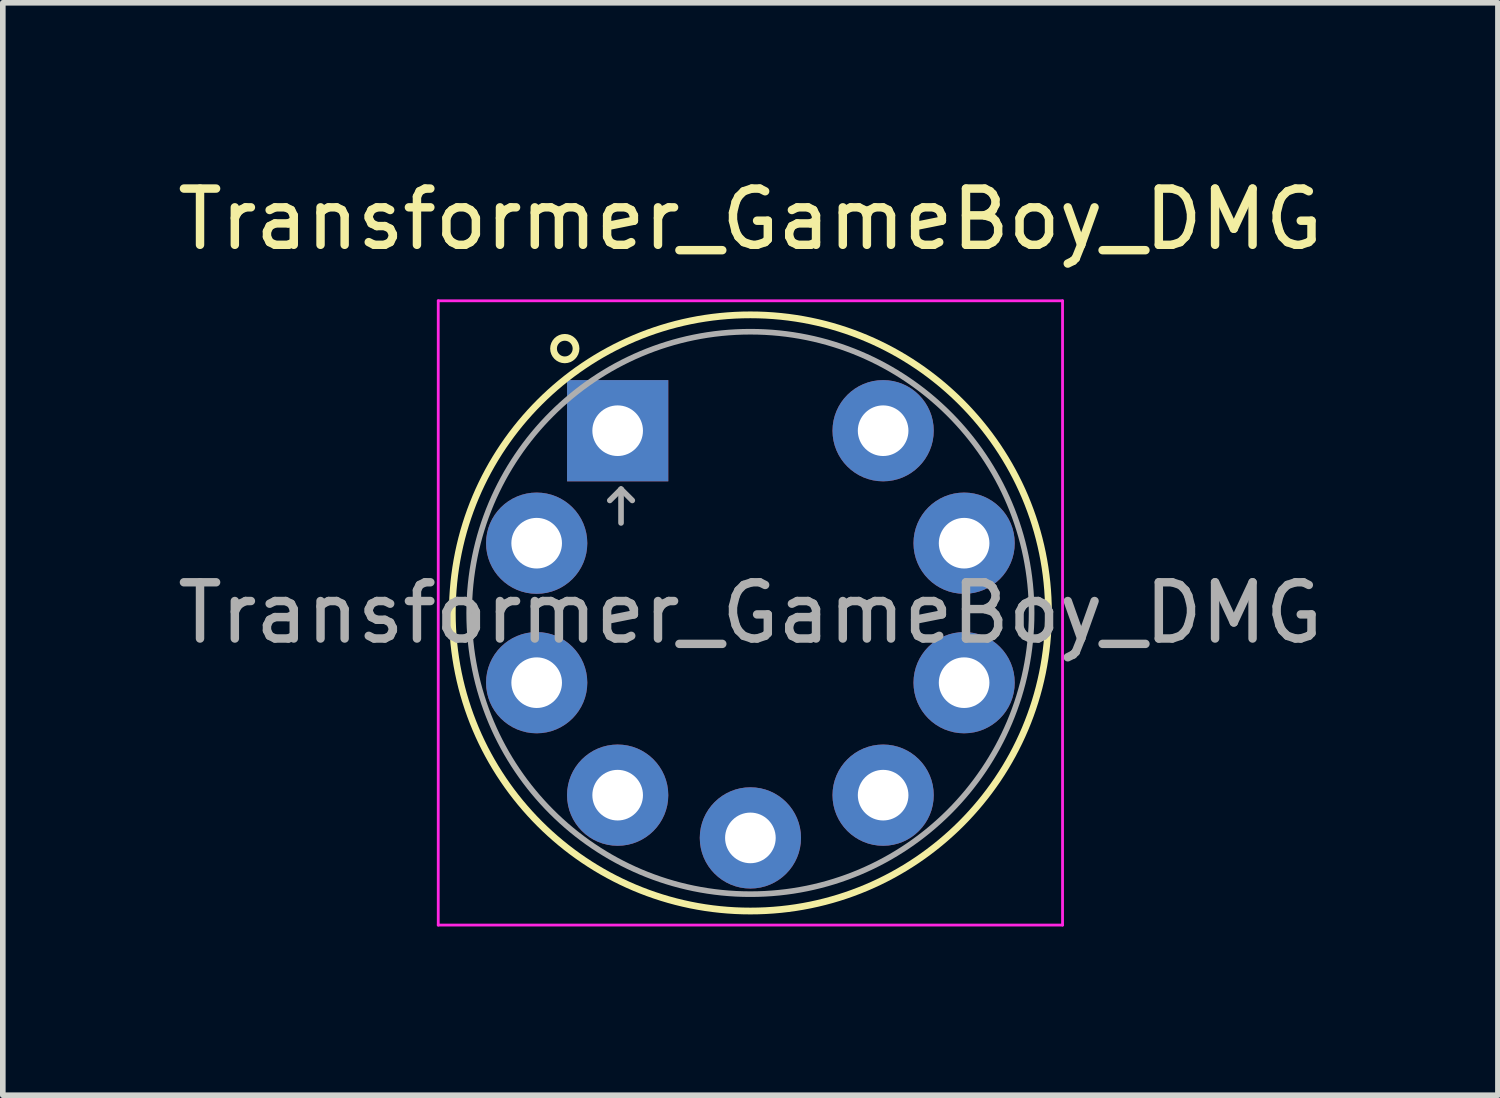
<source format=kicad_pcb>
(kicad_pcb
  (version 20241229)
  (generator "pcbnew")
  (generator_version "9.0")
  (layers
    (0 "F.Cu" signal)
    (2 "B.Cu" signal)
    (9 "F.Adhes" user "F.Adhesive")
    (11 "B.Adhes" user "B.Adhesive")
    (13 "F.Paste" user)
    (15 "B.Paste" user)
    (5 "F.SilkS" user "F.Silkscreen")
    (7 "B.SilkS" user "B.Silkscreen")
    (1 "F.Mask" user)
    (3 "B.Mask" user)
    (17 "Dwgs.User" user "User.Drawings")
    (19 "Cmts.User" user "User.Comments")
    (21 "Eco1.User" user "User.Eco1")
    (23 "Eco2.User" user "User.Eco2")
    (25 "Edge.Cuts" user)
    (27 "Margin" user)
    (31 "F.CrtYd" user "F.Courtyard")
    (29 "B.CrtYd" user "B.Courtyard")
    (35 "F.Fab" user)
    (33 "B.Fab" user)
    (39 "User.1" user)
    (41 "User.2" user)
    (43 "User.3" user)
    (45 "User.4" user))
  (footprint "Transformer_GameBoy_DMG"
    (layer "F.Cu")
    (at 7.932 4.608)
    (property "Reference" "Transformer_GameBoy_DMG" (at 2.36 -3.76 0) (layer "F.SilkS") (effects (font (size 1 1) (thickness 0.15))))
    (attr through_hole)
    (fp_circle (center -0.94 -1.46) (end -0.74 -1.46) (stroke (width 0.12) (type solid)) (fill no) (layer "F.SilkS"))
    (fp_circle (center 2.36 3.24) (end 7.66 3.24) (stroke (width 0.12) (type solid)) (fill no) (layer "F.SilkS"))
    (fp_line (start -3.19 -2.31) (end -3.19 8.79) (stroke (width 0.05) (type solid)) (layer "F.CrtYd"))
    (fp_line (start 7.91 -2.31) (end -3.19 -2.31) (stroke (width 0.05) (type solid)) (layer "F.CrtYd"))
    (fp_line (start 7.91 -2.31) (end 7.91 8.79) (stroke (width 0.05) (type solid)) (layer "F.CrtYd"))
    (fp_line (start 7.91 8.79) (end -3.19 8.79) (stroke (width 0.05) (type solid)) (layer "F.CrtYd"))
    (fp_line (start -0.14 1.24) (end 0.06 1.04) (stroke (width 0.1) (type solid)) (layer "F.Fab"))
    (fp_line (start 0.06 1.04) (end 0.06 1.64) (stroke (width 0.1) (type solid)) (layer "F.Fab"))
    (fp_line (start 0.06 1.04) (end 0.26 1.24) (stroke (width 0.1) (type solid)) (layer "F.Fab"))
    (fp_circle (center 2.36 3.24) (end 7.36 3.24) (stroke (width 0.1) (type solid)) (fill no) (layer "F.Fab"))
    (fp_text user "${REFERENCE}" (at 2.36 3.24 0) (layer "F.Fab") (effects (font (size 1 1) (thickness 0.15))))
    (pad "1" thru_hole rect (at 0 0 90) (size 1.8 1.8) (drill 0.9) (layers "*.Cu" "*.Mask"))
    (pad "2" thru_hole circle (at -1.44 2 90) (size 1.8 1.8) (drill 0.9) (layers "*.Cu" "*.Mask"))
    (pad "3" thru_hole circle (at -1.44 4.48 90) (size 1.8 1.8) (drill 0.9) (layers "*.Cu" "*.Mask"))
    (pad "4" thru_hole circle (at 0 6.48 90) (size 1.8 1.8) (drill 0.9) (layers "*.Cu" "*.Mask"))
    (pad "5" thru_hole circle (at 2.36 7.24 90) (size 1.8 1.8) (drill 0.9) (layers "*.Cu" "*.Mask"))
    (pad "6" thru_hole circle (at 4.72 6.48 90) (size 1.8 1.8) (drill 0.9) (layers "*.Cu" "*.Mask"))
    (pad "7" thru_hole circle (at 6.16 4.48 90) (size 1.8 1.8) (drill 0.9) (layers "*.Cu" "*.Mask"))
    (pad "8" thru_hole circle (at 6.16 2 90) (size 1.8 1.8) (drill 0.9) (layers "*.Cu" "*.Mask"))
    (pad "9" thru_hole circle (at 4.72 0 90) (size 1.8 1.8) (drill 0.9) (layers "*.Cu" "*.Mask")))
  (gr_rect
    (start -3 -3)
    (end 23.583 16.423)
    (stroke (width 0.1) (type default))
    (fill no)
    (layer "Edge.Cuts")))
</source>
